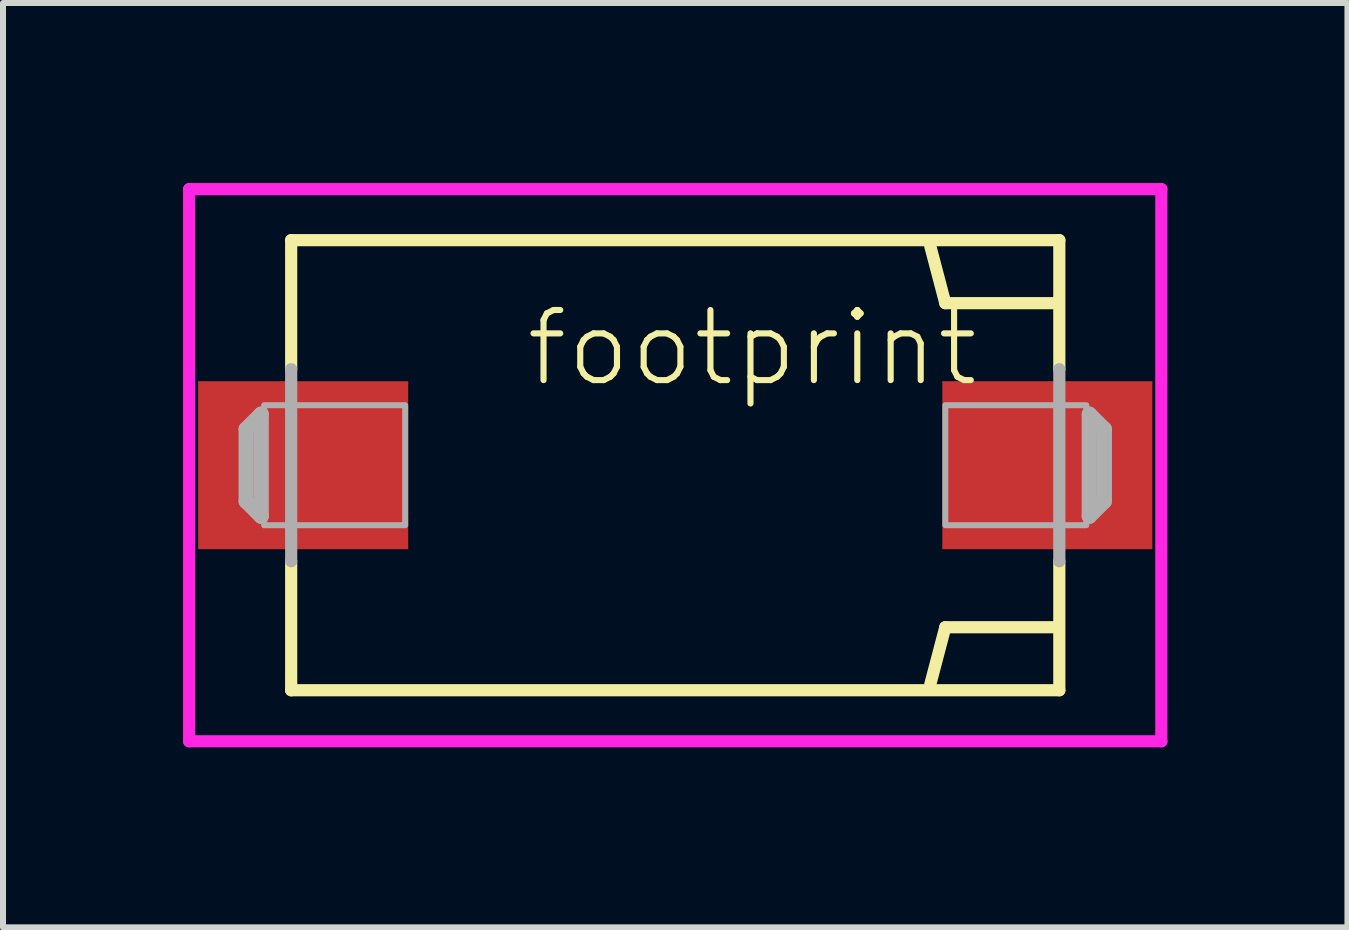
<source format=kicad_pcb>
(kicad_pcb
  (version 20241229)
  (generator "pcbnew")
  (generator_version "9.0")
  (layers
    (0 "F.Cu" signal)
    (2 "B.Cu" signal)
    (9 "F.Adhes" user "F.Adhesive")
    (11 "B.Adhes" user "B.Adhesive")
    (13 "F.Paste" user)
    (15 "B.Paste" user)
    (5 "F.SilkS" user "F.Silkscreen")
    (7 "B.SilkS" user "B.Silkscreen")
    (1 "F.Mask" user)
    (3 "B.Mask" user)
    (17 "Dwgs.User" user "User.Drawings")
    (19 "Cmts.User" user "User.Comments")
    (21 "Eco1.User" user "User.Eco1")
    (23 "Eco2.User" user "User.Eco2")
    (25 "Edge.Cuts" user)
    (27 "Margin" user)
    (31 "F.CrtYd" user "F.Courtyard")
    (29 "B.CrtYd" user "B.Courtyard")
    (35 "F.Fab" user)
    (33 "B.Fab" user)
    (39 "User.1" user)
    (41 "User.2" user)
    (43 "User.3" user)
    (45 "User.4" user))
  (footprint "footprint"
    (layer "F.Cu")
    (at 8.202 4.702)
    (property "Reference" "footprint" (at -2.54 -1.27 0) (layer "F.SilkS") (effects (font (size 1.168 1.168) (thickness 0.102)) (justify left bottom)))
    (fp_line (start -6.4 -3.75) (end 6.4 -3.75) (stroke (width 0.203) (type solid)) (layer "F.SilkS"))
    (fp_line (start -6.4 -1.6) (end -6.4 -3.75) (stroke (width 0.203) (type solid)) (layer "F.SilkS"))
    (fp_line (start -6.4 3.75) (end -6.4 1.6) (stroke (width 0.203) (type solid)) (layer "F.SilkS"))
    (fp_line (start 4.5 -2.7) (end 4.25 -3.65) (stroke (width 0.203) (type solid)) (layer "F.SilkS"))
    (fp_line (start 4.5 2.7) (end 4.25 3.65) (stroke (width 0.203) (type solid)) (layer "F.SilkS"))
    (fp_line (start 6.35 -2.7) (end 4.5 -2.7) (stroke (width 0.203) (type solid)) (layer "F.SilkS"))
    (fp_line (start 6.35 2.7) (end 4.5 2.7) (stroke (width 0.203) (type solid)) (layer "F.SilkS"))
    (fp_line (start 6.4 -3.75) (end 6.4 -1.6) (stroke (width 0.203) (type solid)) (layer "F.SilkS"))
    (fp_line (start 6.4 1.6) (end 6.4 3.75) (stroke (width 0.203) (type solid)) (layer "F.SilkS"))
    (fp_line (start 6.4 3.75) (end -6.4 3.75) (stroke (width 0.203) (type solid)) (layer "F.SilkS"))
    (fp_line (start -8.1 -4.6) (end -8.1 4.6) (stroke (width 0.203) (type solid)) (layer "F.CrtYd"))
    (fp_line (start -8.1 4.6) (end 8.1 4.6) (stroke (width 0.203) (type solid)) (layer "F.CrtYd"))
    (fp_line (start 8.1 -4.6) (end -8.1 -4.6) (stroke (width 0.203) (type solid)) (layer "F.CrtYd"))
    (fp_line (start 8.1 4.6) (end 8.1 -4.6) (stroke (width 0.203) (type solid)) (layer "F.CrtYd"))
    (fp_line (start -7.15 -0.6) (end -6.9 -0.85) (stroke (width 0.254) (type solid)) (layer "F.Fab"))
    (fp_line (start -7.15 0.6) (end -7.15 -0.6) (stroke (width 0.254) (type solid)) (layer "F.Fab"))
    (fp_line (start -6.9 -0.85) (end -6.9 0.85) (stroke (width 0.254) (type solid)) (layer "F.Fab"))
    (fp_line (start -6.9 0.85) (end -7.15 0.6) (stroke (width 0.254) (type solid)) (layer "F.Fab"))
    (fp_line (start -6.4 1.6) (end -6.4 -1.6) (stroke (width 0.203) (type solid)) (layer "F.Fab"))
    (fp_line (start 6.4 -1.6) (end 6.4 1.6) (stroke (width 0.203) (type solid)) (layer "F.Fab"))
    (fp_line (start 6.9 -0.85) (end 7.15 -0.6) (stroke (width 0.254) (type solid)) (layer "F.Fab"))
    (fp_line (start 6.9 0.85) (end 6.9 -0.85) (stroke (width 0.254) (type solid)) (layer "F.Fab"))
    (fp_line (start 7.15 -0.6) (end 7.15 0.6) (stroke (width 0.254) (type solid)) (layer "F.Fab"))
    (fp_line (start 7.15 0.6) (end 6.9 0.85) (stroke (width 0.254) (type solid)) (layer "F.Fab"))
    (fp_poly (pts (xy -6.85 1) (xy -4.5 1) (xy -4.5 -1) (xy -6.85 -1)) (stroke (width 0.1) (type solid)) (fill no) (layer "F.Fab"))
    (fp_poly (pts (xy 4.5 1) (xy 6.85 1) (xy 6.85 -1) (xy 4.5 -1)) (stroke (width 0.1) (type solid)) (fill no) (layer "F.Fab"))
    (pad "+" smd rect (at 6.2 0) (size 3.5 2.8) (layers "F.Cu" "F.Mask" "F.Paste"))
    (pad "-" smd rect (at -6.2 0) (size 3.5 2.8) (layers "F.Cu" "F.Mask" "F.Paste")))
  (gr_rect
    (start -3 -3)
    (end 19.403 12.403)
    (stroke (width 0.1) (type default))
    (fill no)
    (layer "Edge.Cuts")))
</source>
